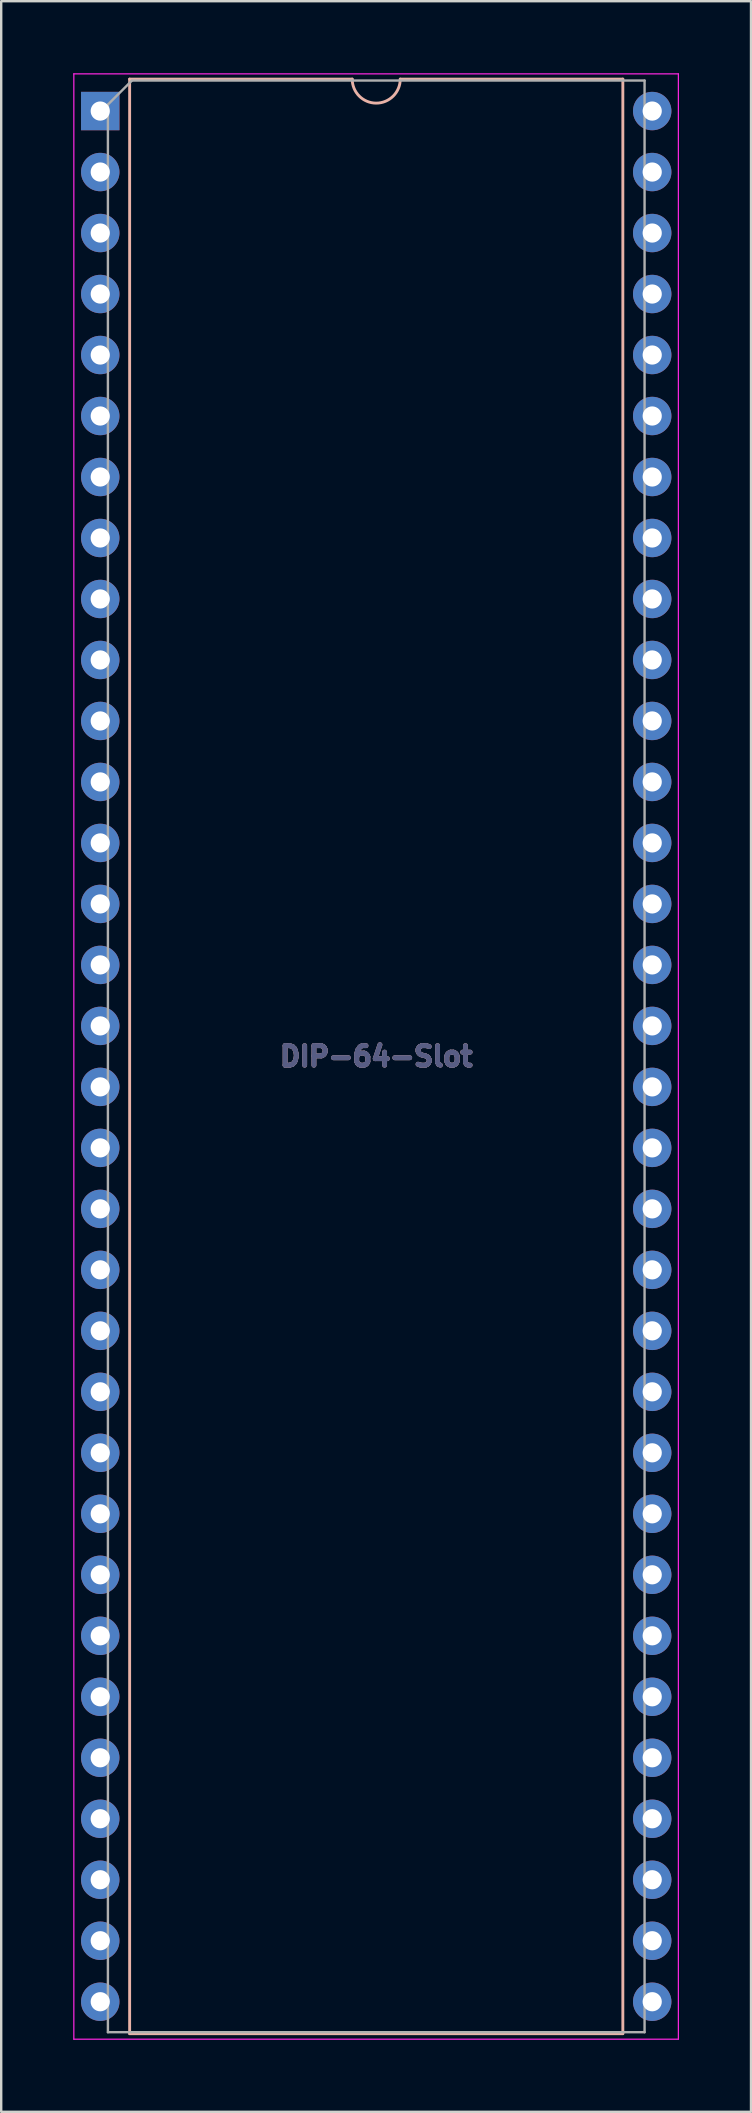
<source format=kicad_pcb>
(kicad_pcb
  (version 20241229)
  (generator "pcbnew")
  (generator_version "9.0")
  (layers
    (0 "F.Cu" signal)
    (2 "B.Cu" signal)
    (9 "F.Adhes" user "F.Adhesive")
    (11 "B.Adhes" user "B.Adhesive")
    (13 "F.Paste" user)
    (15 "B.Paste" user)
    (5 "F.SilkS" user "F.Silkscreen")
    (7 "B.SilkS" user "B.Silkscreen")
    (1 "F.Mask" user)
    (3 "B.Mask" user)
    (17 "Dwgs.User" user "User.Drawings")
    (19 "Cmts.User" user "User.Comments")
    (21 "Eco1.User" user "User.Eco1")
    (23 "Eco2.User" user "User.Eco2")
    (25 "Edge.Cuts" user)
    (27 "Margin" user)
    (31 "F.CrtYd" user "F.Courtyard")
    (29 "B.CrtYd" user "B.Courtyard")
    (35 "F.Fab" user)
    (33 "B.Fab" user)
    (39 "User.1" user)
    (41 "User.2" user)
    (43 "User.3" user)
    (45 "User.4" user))
  (footprint "DIP-64-Slot"
    (layer "F.Cu")
    (at 1.125 1.575)
    (property "Reference" "DIP-64-Slot" (at 11.493 39.37 0) (layer "B.Fab") (effects (font (size 0.813 0.813) (thickness 0.203))))
    (attr through_hole)
    (fp_line (start 1.224 -1.33) (end 1.224 80.07) (stroke (width 0.12) (type solid)) (layer "B.SilkS"))
    (fp_line (start 1.224 80.07) (end 21.764 80.07) (stroke (width 0.12) (type solid)) (layer "B.SilkS"))
    (fp_line (start 10.493 -1.33) (end 1.224 -1.33) (stroke (width 0.12) (type solid)) (layer "B.SilkS"))
    (fp_line (start 21.764 -1.33) (end 12.493 -1.33) (stroke (width 0.12) (type solid)) (layer "B.SilkS"))
    (fp_line (start 21.764 80.07) (end 21.764 -1.33) (stroke (width 0.12) (type solid)) (layer "B.SilkS"))
    (fp_arc (start 12.4935 -1.33) (mid 11.4935 -0.33) (end 10.4935 -1.33) (stroke (width 0.12) (type solid)) (layer "B.SilkS"))
    (fp_line (start -1.1 -1.55) (end -1.1 80.3) (stroke (width 0.05) (type solid)) (layer "F.CrtYd"))
    (fp_line (start -1.1 80.3) (end 24.077 80.3) (stroke (width 0.05) (type solid)) (layer "F.CrtYd"))
    (fp_line (start 24.077 -1.55) (end -1.1 -1.55) (stroke (width 0.05) (type solid)) (layer "F.CrtYd"))
    (fp_line (start 24.077 80.3) (end 24.077 -1.55) (stroke (width 0.05) (type solid)) (layer "F.CrtYd"))
    (fp_line (start 0.319 -0.27) (end 1.319 -1.27) (stroke (width 0.1) (type solid)) (layer "F.Fab"))
    (fp_line (start 0.319 80.01) (end 0.319 -0.27) (stroke (width 0.1) (type solid)) (layer "F.Fab"))
    (fp_line (start 1.319 -1.27) (end 22.669 -1.27) (stroke (width 0.1) (type solid)) (layer "F.Fab"))
    (fp_line (start 22.669 -1.27) (end 22.669 80.01) (stroke (width 0.1) (type solid)) (layer "F.Fab"))
    (fp_line (start 22.669 80.01) (end 0.319 80.01) (stroke (width 0.1) (type solid)) (layer "F.Fab"))
    (fp_text user "${REFERENCE}" (at 11.493 39.37 0) (layer "B.SilkS") (effects (font (size 0.813 0.813) (thickness 0.203))))
    (pad "1" thru_hole rect (at 0 0) (size 1.6 1.6) (drill 0.8) (layers "*.Cu" "*.Mask"))
    (pad "2" thru_hole oval (at 0 2.54) (size 1.6 1.6) (drill 0.8) (layers "*.Cu" "*.Mask"))
    (pad "3" thru_hole oval (at 0 5.08) (size 1.6 1.6) (drill 0.8) (layers "*.Cu" "*.Mask"))
    (pad "4" thru_hole oval (at 0 7.62) (size 1.6 1.6) (drill 0.8) (layers "*.Cu" "*.Mask"))
    (pad "5" thru_hole oval (at 0 10.16) (size 1.6 1.6) (drill 0.8) (layers "*.Cu" "*.Mask"))
    (pad "6" thru_hole oval (at 0 12.7) (size 1.6 1.6) (drill 0.8) (layers "*.Cu" "*.Mask"))
    (pad "7" thru_hole oval (at 0 15.24) (size 1.6 1.6) (drill 0.8) (layers "*.Cu" "*.Mask"))
    (pad "8" thru_hole oval (at 0 17.78) (size 1.6 1.6) (drill 0.8) (layers "*.Cu" "*.Mask"))
    (pad "9" thru_hole oval (at 0 20.32) (size 1.6 1.6) (drill 0.8) (layers "*.Cu" "*.Mask"))
    (pad "10" thru_hole oval (at 0 22.86) (size 1.6 1.6) (drill 0.8) (layers "*.Cu" "*.Mask"))
    (pad "11" thru_hole oval (at 0 25.4) (size 1.6 1.6) (drill 0.8) (layers "*.Cu" "*.Mask"))
    (pad "12" thru_hole oval (at 0 27.94) (size 1.6 1.6) (drill 0.8) (layers "*.Cu" "*.Mask"))
    (pad "13" thru_hole oval (at 0 30.48) (size 1.6 1.6) (drill 0.8) (layers "*.Cu" "*.Mask"))
    (pad "14" thru_hole oval (at 0 33.02) (size 1.6 1.6) (drill 0.8) (layers "*.Cu" "*.Mask"))
    (pad "15" thru_hole oval (at 0 35.56) (size 1.6 1.6) (drill 0.8) (layers "*.Cu" "*.Mask"))
    (pad "16" thru_hole oval (at 0 38.1) (size 1.6 1.6) (drill 0.8) (layers "*.Cu" "*.Mask"))
    (pad "17" thru_hole oval (at 0 40.64) (size 1.6 1.6) (drill 0.8) (layers "*.Cu" "*.Mask"))
    (pad "18" thru_hole oval (at 0 43.18) (size 1.6 1.6) (drill 0.8) (layers "*.Cu" "*.Mask"))
    (pad "19" thru_hole oval (at 0 45.72) (size 1.6 1.6) (drill 0.8) (layers "*.Cu" "*.Mask"))
    (pad "20" thru_hole oval (at 0 48.26) (size 1.6 1.6) (drill 0.8) (layers "*.Cu" "*.Mask"))
    (pad "21" thru_hole oval (at 0 50.8) (size 1.6 1.6) (drill 0.8) (layers "*.Cu" "*.Mask"))
    (pad "22" thru_hole oval (at 0 53.34) (size 1.6 1.6) (drill 0.8) (layers "*.Cu" "*.Mask"))
    (pad "23" thru_hole oval (at 0 55.88) (size 1.6 1.6) (drill 0.8) (layers "*.Cu" "*.Mask"))
    (pad "24" thru_hole oval (at 0 58.42) (size 1.6 1.6) (drill 0.8) (layers "*.Cu" "*.Mask"))
    (pad "25" thru_hole oval (at 0 60.96) (size 1.6 1.6) (drill 0.8) (layers "*.Cu" "*.Mask"))
    (pad "26" thru_hole oval (at 0 63.5) (size 1.6 1.6) (drill 0.8) (layers "*.Cu" "*.Mask"))
    (pad "27" thru_hole oval (at 0 66.04) (size 1.6 1.6) (drill 0.8) (layers "*.Cu" "*.Mask"))
    (pad "28" thru_hole oval (at 0 68.58) (size 1.6 1.6) (drill 0.8) (layers "*.Cu" "*.Mask"))
    (pad "29" thru_hole oval (at 0 71.12) (size 1.6 1.6) (drill 0.8) (layers "*.Cu" "*.Mask"))
    (pad "30" thru_hole oval (at 0 73.66) (size 1.6 1.6) (drill 0.8) (layers "*.Cu" "*.Mask"))
    (pad "31" thru_hole oval (at 0 76.2) (size 1.6 1.6) (drill 0.8) (layers "*.Cu" "*.Mask"))
    (pad "32" thru_hole oval (at 0 78.74) (size 1.6 1.6) (drill 0.8) (layers "*.Cu" "*.Mask"))
    (pad "33" thru_hole oval (at 22.987 78.74) (size 1.6 1.6) (drill 0.8) (layers "*.Cu" "*.Mask"))
    (pad "34" thru_hole oval (at 22.987 76.2) (size 1.6 1.6) (drill 0.8) (layers "*.Cu" "*.Mask"))
    (pad "35" thru_hole oval (at 22.987 73.66) (size 1.6 1.6) (drill 0.8) (layers "*.Cu" "*.Mask"))
    (pad "36" thru_hole oval (at 22.987 71.12) (size 1.6 1.6) (drill 0.8) (layers "*.Cu" "*.Mask"))
    (pad "37" thru_hole oval (at 22.987 68.58) (size 1.6 1.6) (drill 0.8) (layers "*.Cu" "*.Mask"))
    (pad "38" thru_hole oval (at 22.987 66.04) (size 1.6 1.6) (drill 0.8) (layers "*.Cu" "*.Mask"))
    (pad "39" thru_hole oval (at 22.987 63.5) (size 1.6 1.6) (drill 0.8) (layers "*.Cu" "*.Mask"))
    (pad "40" thru_hole oval (at 22.987 60.96) (size 1.6 1.6) (drill 0.8) (layers "*.Cu" "*.Mask"))
    (pad "41" thru_hole oval (at 22.987 58.42) (size 1.6 1.6) (drill 0.8) (layers "*.Cu" "*.Mask"))
    (pad "42" thru_hole oval (at 22.987 55.88) (size 1.6 1.6) (drill 0.8) (layers "*.Cu" "*.Mask"))
    (pad "43" thru_hole oval (at 22.987 53.34) (size 1.6 1.6) (drill 0.8) (layers "*.Cu" "*.Mask"))
    (pad "44" thru_hole oval (at 22.987 50.8) (size 1.6 1.6) (drill 0.8) (layers "*.Cu" "*.Mask"))
    (pad "45" thru_hole oval (at 22.987 48.26) (size 1.6 1.6) (drill 0.8) (layers "*.Cu" "*.Mask"))
    (pad "46" thru_hole oval (at 22.987 45.72) (size 1.6 1.6) (drill 0.8) (layers "*.Cu" "*.Mask"))
    (pad "47" thru_hole oval (at 22.987 43.18) (size 1.6 1.6) (drill 0.8) (layers "*.Cu" "*.Mask"))
    (pad "48" thru_hole oval (at 22.987 40.64) (size 1.6 1.6) (drill 0.8) (layers "*.Cu" "*.Mask"))
    (pad "49" thru_hole oval (at 22.987 38.1) (size 1.6 1.6) (drill 0.8) (layers "*.Cu" "*.Mask"))
    (pad "50" thru_hole oval (at 22.987 35.56) (size 1.6 1.6) (drill 0.8) (layers "*.Cu" "*.Mask"))
    (pad "51" thru_hole oval (at 22.987 33.02) (size 1.6 1.6) (drill 0.8) (layers "*.Cu" "*.Mask"))
    (pad "52" thru_hole oval (at 22.987 30.48) (size 1.6 1.6) (drill 0.8) (layers "*.Cu" "*.Mask"))
    (pad "53" thru_hole oval (at 22.987 27.94) (size 1.6 1.6) (drill 0.8) (layers "*.Cu" "*.Mask"))
    (pad "54" thru_hole oval (at 22.987 25.4) (size 1.6 1.6) (drill 0.8) (layers "*.Cu" "*.Mask"))
    (pad "55" thru_hole oval (at 22.987 22.86) (size 1.6 1.6) (drill 0.8) (layers "*.Cu" "*.Mask"))
    (pad "56" thru_hole oval (at 22.987 20.32) (size 1.6 1.6) (drill 0.8) (layers "*.Cu" "*.Mask"))
    (pad "57" thru_hole oval (at 22.987 17.78) (size 1.6 1.6) (drill 0.8) (layers "*.Cu" "*.Mask"))
    (pad "58" thru_hole oval (at 22.987 15.24) (size 1.6 1.6) (drill 0.8) (layers "*.Cu" "*.Mask"))
    (pad "59" thru_hole oval (at 22.987 12.7) (size 1.6 1.6) (drill 0.8) (layers "*.Cu" "*.Mask"))
    (pad "60" thru_hole oval (at 22.987 10.16) (size 1.6 1.6) (drill 0.8) (layers "*.Cu" "*.Mask"))
    (pad "61" thru_hole oval (at 22.987 7.62) (size 1.6 1.6) (drill 0.8) (layers "*.Cu" "*.Mask"))
    (pad "62" thru_hole oval (at 22.987 5.08) (size 1.6 1.6) (drill 0.8) (layers "*.Cu" "*.Mask"))
    (pad "63" thru_hole oval (at 22.987 2.54) (size 1.6 1.6) (drill 0.8) (layers "*.Cu" "*.Mask"))
    (pad "64" thru_hole oval (at 22.987 0) (size 1.6 1.6) (drill 0.8) (layers "*.Cu" "*.Mask")))
  (gr_rect
    (start -3 -3)
    (end 28.227 84.9)
    (stroke (width 0.1) (type default))
    (fill no)
    (layer "Edge.Cuts")))
</source>
